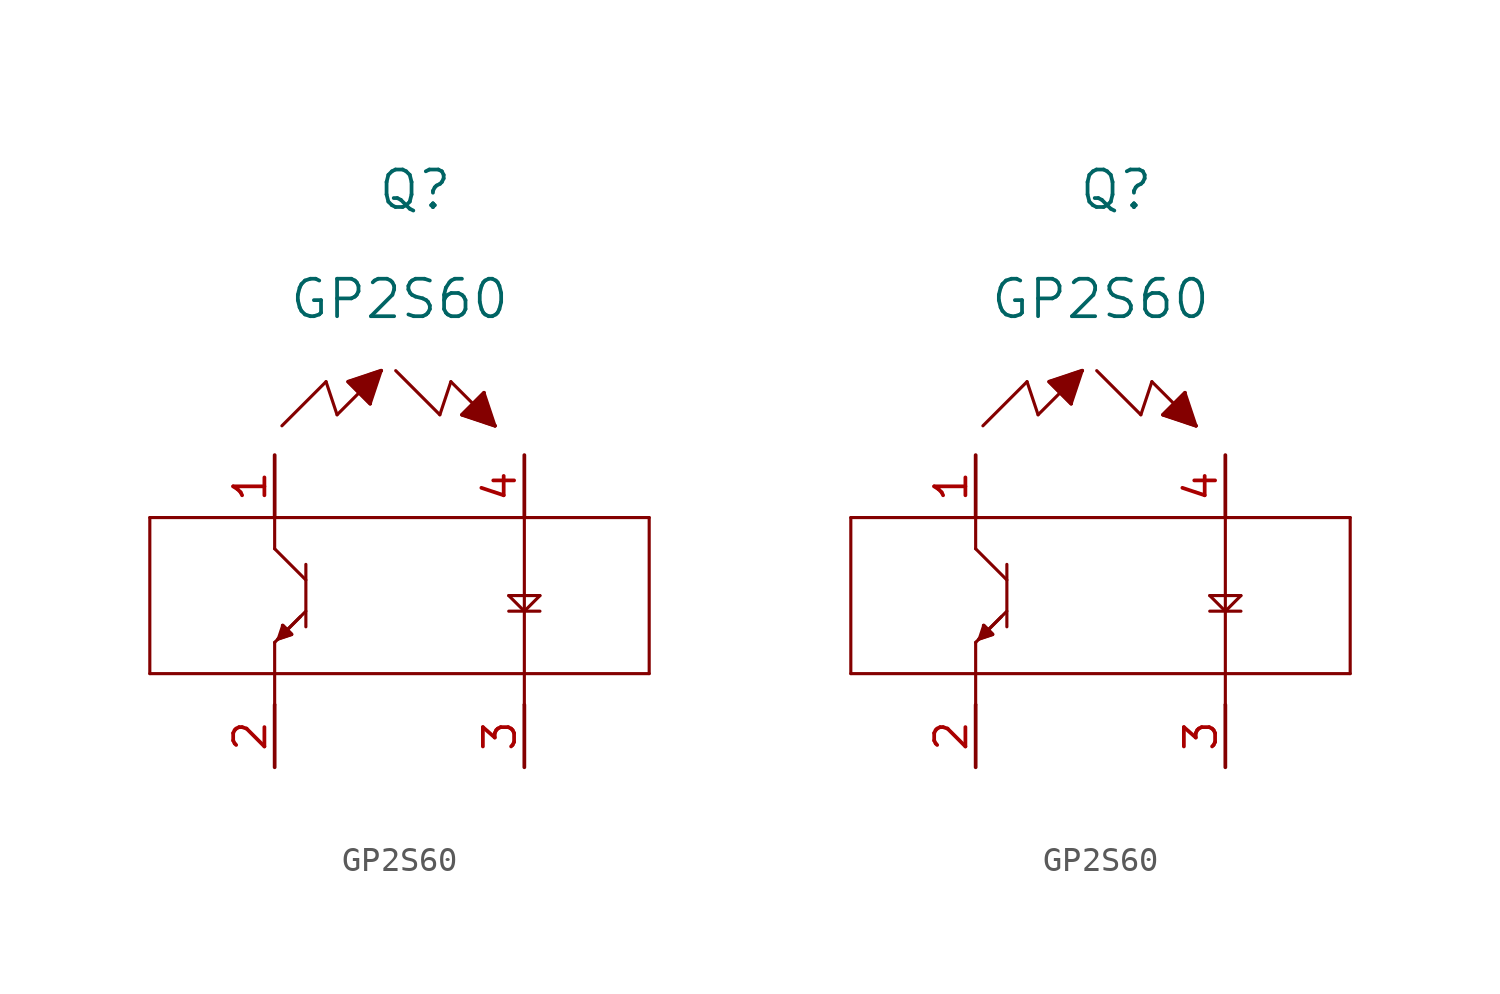
<source format=kicad_sym>
(kicad_symbol_lib
  (version 20211014)
  (generator kicad_symbol_editor)
  (symbol "GP2S60"
    (pin_names
      (offset 0.254))
    (property "Reference" "Q"
      (at 5.715 10.795 0)
      (effects (font (size 1.524 1.524))))
    (property "Value" "GP2S60"
      (at 5.08 6.35 0)
      (effects (font (size 1.524 1.524))))
    (property "ki_locked" ""
      (at 0 0 0)
      (effects (font (size 1.27 1.27))))
    (symbol "GP2S60_1_1"
      (polyline (pts (xy -5.08 -8.89) (xy 15.24 -8.89)) (stroke (width 0.127) (type default) (color 0 0 0 0)) (fill (type none)))
      (polyline (pts (xy -5.08 -2.54) (xy -5.08 -8.89)) (stroke (width 0.127) (type default) (color 0 0 0 0)) (fill (type none)))
      (polyline (pts (xy -5.08 -2.54) (xy 15.24 -2.54)) (stroke (width 0.127) (type default) (color 0 0 0 0)) (fill (type none)))
      (polyline (pts (xy 0 -10.16) (xy 0 -8.89)) (stroke (width 0.127) (type default) (color 0 0 0 0)) (fill (type none)))
      (polyline (pts (xy 0 -7.62) (xy 0 -8.89)) (stroke (width 0.127) (type default) (color 0 0 0 0)) (fill (type none)))
      (polyline (pts (xy 0 -7.62) (xy 1.27 -6.35)) (stroke (width 0.127) (type default) (color 0 0 0 0)) (fill (type none)))
      (polyline (pts (xy 0 -3.81) (xy 1.27 -5.08)) (stroke (width 0.127) (type default) (color 0 0 0 0)) (fill (type none)))
      (polyline (pts (xy 0 -2.54) (xy 0 -3.81)) (stroke (width 0.127) (type default) (color 0 0 0 0)) (fill (type none)))
      (polyline (pts (xy 0.149 -7.471) (xy 0.688 -7.292)) (stroke (width 0.127) (type default) (color 0 0 0 0)) (fill (type none)))
      (polyline (pts (xy 0.295 1.193) (xy 2.091 2.989)) (stroke (width 0.127) (type default) (color 0 0 0 0)) (fill (type none)))
      (polyline (pts (xy 0.328 -6.932) (xy 0.149 -7.471)) (stroke (width 0.127) (type default) (color 0 0 0 0)) (fill (type none)))
      (polyline (pts (xy 0.328 -6.932) (xy 0.688 -7.292)) (stroke (width 0.127) (type default) (color 0 0 0 0)) (fill (type none)))
      (polyline (pts (xy 1.047 -6.573) (xy 0.149 -7.471)) (stroke (width 0.127) (type default) (color 0 0 0 0)) (fill (type none)))
      (polyline (pts (xy 1.27 -4.445) (xy 1.27 -6.985)) (stroke (width 0.127) (type default) (color 0 0 0 0)) (fill (type none)))
      (polyline (pts (xy 2.091 2.989) (xy 2.54 1.642)) (stroke (width 0.127) (type default) (color 0 0 0 0)) (fill (type none)))
      (polyline (pts (xy 2.54 1.642) (xy 4.336 3.438)) (stroke (width 0.127) (type default) (color 0 0 0 0)) (fill (type none)))
      (polyline (pts (xy 2.989 2.989) (xy 3.887 2.091)) (stroke (width 0.127) (type default) (color 0 0 0 0)) (fill (type none)))
      (polyline (pts (xy 3.887 2.091) (xy 4.336 3.438)) (stroke (width 0.127) (type default) (color 0 0 0 0)) (fill (type none)))
      (polyline (pts (xy 4.336 3.438) (xy 2.989 2.989)) (stroke (width 0.127) (type default) (color 0 0 0 0)) (fill (type none)))
      (polyline (pts (xy 4.926 3.438) (xy 6.722 1.642)) (stroke (width 0.127) (type default) (color 0 0 0 0)) (fill (type none)))
      (polyline (pts (xy 6.722 1.642) (xy 7.171 2.989)) (stroke (width 0.127) (type default) (color 0 0 0 0)) (fill (type none)))
      (polyline (pts (xy 7.171 2.989) (xy 8.967 1.193)) (stroke (width 0.127) (type default) (color 0 0 0 0)) (fill (type none)))
      (polyline (pts (xy 7.62 1.642) (xy 8.518 2.54)) (stroke (width 0.127) (type default) (color 0 0 0 0)) (fill (type none)))
      (polyline (pts (xy 8.518 2.54) (xy 8.967 1.193)) (stroke (width 0.127) (type default) (color 0 0 0 0)) (fill (type none)))
      (polyline (pts (xy 8.967 1.193) (xy 7.62 1.642)) (stroke (width 0.127) (type default) (color 0 0 0 0)) (fill (type none)))
      (polyline (pts (xy 9.525 -6.35) (xy 10.795 -6.35)) (stroke (width 0.127) (type default) (color 0 0 0 0)) (fill (type none)))
      (polyline (pts (xy 9.525 -5.715) (xy 10.16 -6.35)) (stroke (width 0.127) (type default) (color 0 0 0 0)) (fill (type none)))
      (polyline (pts (xy 10.16 -10.16) (xy 10.16 -8.89)) (stroke (width 0.127) (type default) (color 0 0 0 0)) (fill (type none)))
      (polyline (pts (xy 10.16 -6.35) (xy 10.795 -5.715)) (stroke (width 0.127) (type default) (color 0 0 0 0)) (fill (type none)))
      (polyline (pts (xy 10.16 -2.54) (xy 10.16 -8.89)) (stroke (width 0.127) (type default) (color 0 0 0 0)) (fill (type none)))
      (polyline (pts (xy 10.795 -5.715) (xy 9.525 -5.715)) (stroke (width 0.127) (type default) (color 0 0 0 0)) (fill (type none)))
      (polyline (pts (xy 15.24 -2.54) (xy 15.24 -8.89)) (stroke (width 0.127) (type default) (color 0 0 0 0)) (fill (type none)))
      (polyline (pts (xy 0.328 -6.932) (xy 0.688 -7.292) (xy 0.149 -7.471)) (stroke (width 0) (type default) (color 0 0 0 0)) (fill (type outline)))
      (polyline (pts (xy 4.336 3.438) (xy 2.989 2.989) (xy 3.887 2.091)) (stroke (width 0) (type default) (color 0 0 0 0)) (fill (type outline)))
      (polyline (pts (xy 8.967 1.193) (xy 7.62 1.642) (xy 8.518 2.54)) (stroke (width 0) (type default) (color 0 0 0 0)) (fill (type outline)))
      (pin unspecified line (at 0 0 270) (length 2.54) (name "" (effects (font (size 1.27 1.27)))) (number "1" (effects (font (size 1.27 1.27)))))
      (pin unspecified line (at 0 -12.7 90) (length 2.54) (name "" (effects (font (size 1.27 1.27)))) (number "2" (effects (font (size 1.27 1.27)))))
      (pin unspecified line (at 10.16 -12.7 90) (length 2.54) (name "" (effects (font (size 1.27 1.27)))) (number "3" (effects (font (size 1.27 1.27)))))
      (pin unspecified line (at 10.16 0 270) (length 2.54) (name "" (effects (font (size 1.27 1.27)))) (number "4" (effects (font (size 1.27 1.27))))))
    (symbol "GP2S60_1_2"
      (polyline (pts (xy -5.08 -8.89) (xy 15.24 -8.89)) (stroke (width 0.127) (type default) (color 0 0 0 0)) (fill (type none)))
      (polyline (pts (xy -5.08 -2.54) (xy -5.08 -8.89)) (stroke (width 0.127) (type default) (color 0 0 0 0)) (fill (type none)))
      (polyline (pts (xy -5.08 -2.54) (xy 15.24 -2.54)) (stroke (width 0.127) (type default) (color 0 0 0 0)) (fill (type none)))
      (polyline (pts (xy 0 -10.16) (xy 0 -8.89)) (stroke (width 0.127) (type default) (color 0 0 0 0)) (fill (type none)))
      (polyline (pts (xy 0 -7.62) (xy 0 -8.89)) (stroke (width 0.127) (type default) (color 0 0 0 0)) (fill (type none)))
      (polyline (pts (xy 0 -7.62) (xy 1.27 -6.35)) (stroke (width 0.127) (type default) (color 0 0 0 0)) (fill (type none)))
      (polyline (pts (xy 0 -3.81) (xy 1.27 -5.08)) (stroke (width 0.127) (type default) (color 0 0 0 0)) (fill (type none)))
      (polyline (pts (xy 0 -2.54) (xy 0 -3.81)) (stroke (width 0.127) (type default) (color 0 0 0 0)) (fill (type none)))
      (polyline (pts (xy 0.149 -7.471) (xy 0.688 -7.292)) (stroke (width 0.127) (type default) (color 0 0 0 0)) (fill (type none)))
      (polyline (pts (xy 0.295 1.193) (xy 2.091 2.989)) (stroke (width 0.127) (type default) (color 0 0 0 0)) (fill (type none)))
      (polyline (pts (xy 0.328 -6.932) (xy 0.149 -7.471)) (stroke (width 0.127) (type default) (color 0 0 0 0)) (fill (type none)))
      (polyline (pts (xy 0.328 -6.932) (xy 0.688 -7.292)) (stroke (width 0.127) (type default) (color 0 0 0 0)) (fill (type none)))
      (polyline (pts (xy 1.047 -6.573) (xy 0.149 -7.471)) (stroke (width 0.127) (type default) (color 0 0 0 0)) (fill (type none)))
      (polyline (pts (xy 1.27 -4.445) (xy 1.27 -6.985)) (stroke (width 0.127) (type default) (color 0 0 0 0)) (fill (type none)))
      (polyline (pts (xy 2.091 2.989) (xy 2.54 1.642)) (stroke (width 0.127) (type default) (color 0 0 0 0)) (fill (type none)))
      (polyline (pts (xy 2.54 1.642) (xy 4.336 3.438)) (stroke (width 0.127) (type default) (color 0 0 0 0)) (fill (type none)))
      (polyline (pts (xy 2.989 2.989) (xy 3.887 2.091)) (stroke (width 0.127) (type default) (color 0 0 0 0)) (fill (type none)))
      (polyline (pts (xy 3.887 2.091) (xy 4.336 3.438)) (stroke (width 0.127) (type default) (color 0 0 0 0)) (fill (type none)))
      (polyline (pts (xy 4.336 3.438) (xy 2.989 2.989)) (stroke (width 0.127) (type default) (color 0 0 0 0)) (fill (type none)))
      (polyline (pts (xy 4.926 3.438) (xy 6.722 1.642)) (stroke (width 0.127) (type default) (color 0 0 0 0)) (fill (type none)))
      (polyline (pts (xy 6.722 1.642) (xy 7.171 2.989)) (stroke (width 0.127) (type default) (color 0 0 0 0)) (fill (type none)))
      (polyline (pts (xy 7.171 2.989) (xy 8.967 1.193)) (stroke (width 0.127) (type default) (color 0 0 0 0)) (fill (type none)))
      (polyline (pts (xy 7.62 1.642) (xy 8.518 2.54)) (stroke (width 0.127) (type default) (color 0 0 0 0)) (fill (type none)))
      (polyline (pts (xy 8.518 2.54) (xy 8.967 1.193)) (stroke (width 0.127) (type default) (color 0 0 0 0)) (fill (type none)))
      (polyline (pts (xy 8.967 1.193) (xy 7.62 1.642)) (stroke (width 0.127) (type default) (color 0 0 0 0)) (fill (type none)))
      (polyline (pts (xy 9.525 -6.35) (xy 10.795 -6.35)) (stroke (width 0.127) (type default) (color 0 0 0 0)) (fill (type none)))
      (polyline (pts (xy 9.525 -5.715) (xy 10.16 -6.35)) (stroke (width 0.127) (type default) (color 0 0 0 0)) (fill (type none)))
      (polyline (pts (xy 10.16 -10.16) (xy 10.16 -8.89)) (stroke (width 0.127) (type default) (color 0 0 0 0)) (fill (type none)))
      (polyline (pts (xy 10.16 -6.35) (xy 10.795 -5.715)) (stroke (width 0.127) (type default) (color 0 0 0 0)) (fill (type none)))
      (polyline (pts (xy 10.16 -2.54) (xy 10.16 -8.89)) (stroke (width 0.127) (type default) (color 0 0 0 0)) (fill (type none)))
      (polyline (pts (xy 10.795 -5.715) (xy 9.525 -5.715)) (stroke (width 0.127) (type default) (color 0 0 0 0)) (fill (type none)))
      (polyline (pts (xy 15.24 -2.54) (xy 15.24 -8.89)) (stroke (width 0.127) (type default) (color 0 0 0 0)) (fill (type none)))
      (polyline (pts (xy 0.328 -6.932) (xy 0.688 -7.292) (xy 0.149 -7.471)) (stroke (width 0) (type default) (color 0 0 0 0)) (fill (type outline)))
      (polyline (pts (xy 4.336 3.438) (xy 2.989 2.989) (xy 3.887 2.091)) (stroke (width 0) (type default) (color 0 0 0 0)) (fill (type outline)))
      (polyline (pts (xy 8.967 1.193) (xy 7.62 1.642) (xy 8.518 2.54)) (stroke (width 0) (type default) (color 0 0 0 0)) (fill (type outline)))
      (pin unspecified line (at 0 0 270) (length 2.54) (name "" (effects (font (size 1.27 1.27)))) (number "1" (effects (font (size 1.27 1.27)))))
      (pin unspecified line (at 0 -12.7 90) (length 2.54) (name "" (effects (font (size 1.27 1.27)))) (number "2" (effects (font (size 1.27 1.27)))))
      (pin unspecified line (at 10.16 -12.7 90) (length 2.54) (name "" (effects (font (size 1.27 1.27)))) (number "3" (effects (font (size 1.27 1.27)))))
      (pin unspecified line (at 10.16 0 270) (length 2.54) (name "" (effects (font (size 1.27 1.27)))) (number "4" (effects (font (size 1.27 1.27))))))))
</source>
